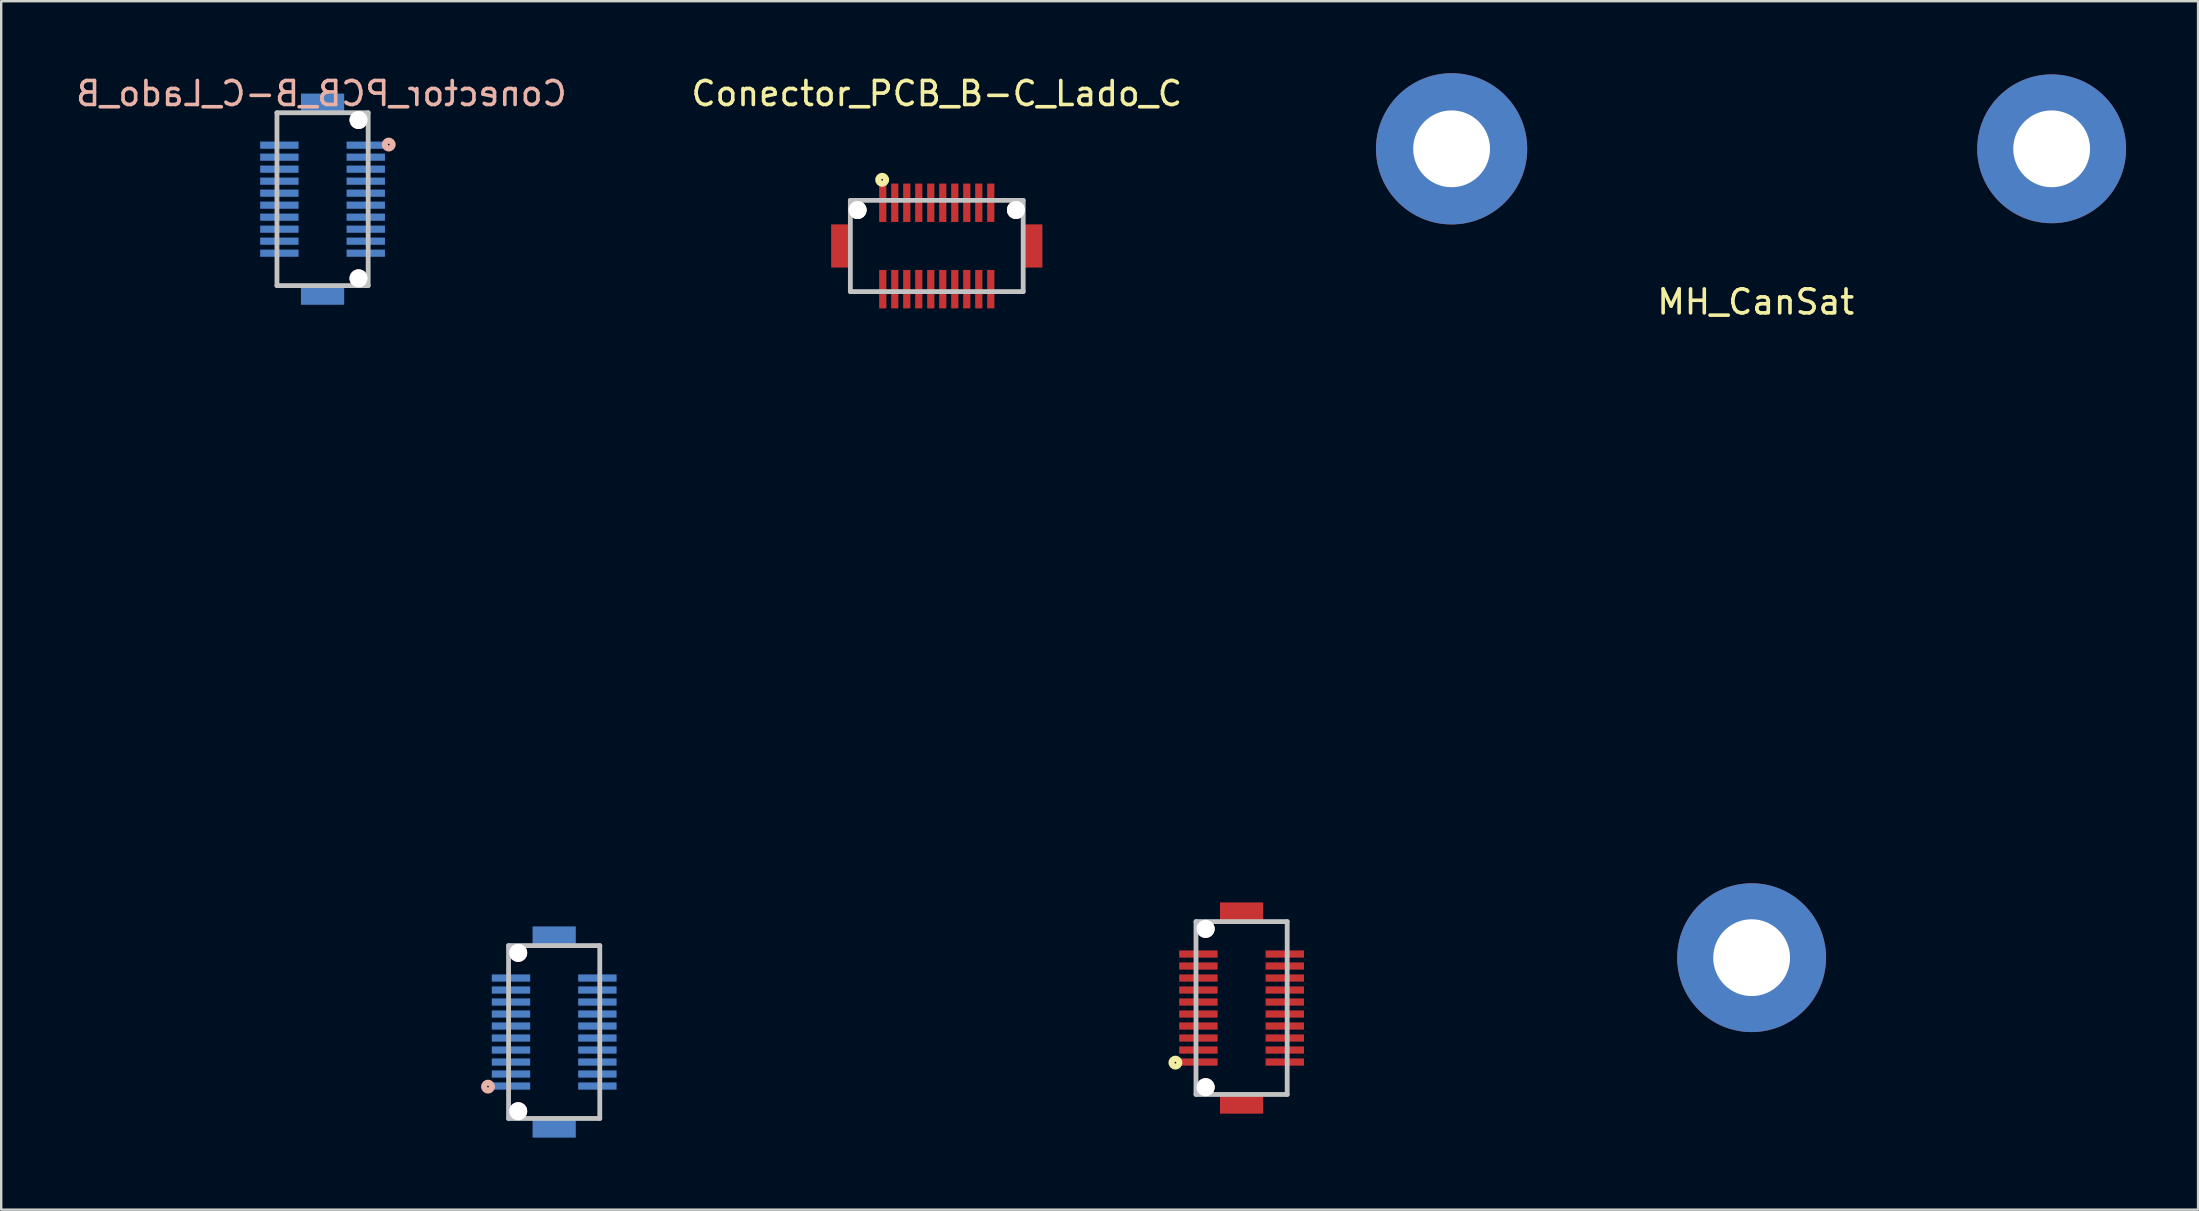
<source format=kicad_pcb>
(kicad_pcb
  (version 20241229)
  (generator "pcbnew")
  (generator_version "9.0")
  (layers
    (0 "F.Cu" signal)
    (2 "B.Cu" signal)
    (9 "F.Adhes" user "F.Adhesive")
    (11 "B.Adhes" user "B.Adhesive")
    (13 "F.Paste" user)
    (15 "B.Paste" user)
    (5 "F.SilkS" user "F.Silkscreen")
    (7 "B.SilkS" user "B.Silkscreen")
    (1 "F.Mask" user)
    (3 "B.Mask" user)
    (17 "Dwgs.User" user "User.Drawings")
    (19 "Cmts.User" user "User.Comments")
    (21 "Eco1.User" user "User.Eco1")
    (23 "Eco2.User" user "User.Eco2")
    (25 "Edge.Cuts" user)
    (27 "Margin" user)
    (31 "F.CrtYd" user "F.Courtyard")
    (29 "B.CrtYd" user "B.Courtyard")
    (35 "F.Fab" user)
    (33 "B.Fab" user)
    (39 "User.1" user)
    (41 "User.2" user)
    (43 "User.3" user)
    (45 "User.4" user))
  (footprint "MH_CanSat"
    (layer "F.Cu")
    (at 69.929 16.65)
    (property "Reference" "MH_CanSat" (at 0.17 -7.12 0) (layer "F.SilkS") (effects (font (size 1 1) (thickness 0.15))))
    (attr through_hole)
    (pad "1" thru_hole circle (at -12.5 -13.5) (size 6.3 6.3) (drill 3.2) (layers "*.Cu" "*.Mask"))
    (pad "2" thru_hole circle (at 12.5 -13.5) (size 6.2 6.2) (drill 3.2) (layers "*.Cu" "*.Mask"))
    (pad "3" thru_hole circle (at 0 20.2) (size 6.2 6.2) (drill 3.2) (layers "*.Cu" "*.Mask")))
  (footprint "Conector_PCB_B-C_Lado_B"
    (layer "F.Cu")
    (at 10.339 27.248)
    (property "Reference" "Conector_PCB_B-C_Lado_B" (at 0 -26.4 0) (layer "B.SilkS") (effects (font (size 1 1) (thickness 0.15)) (justify mirror)))
    (attr through_hole)
    (fp_line (start -1.85 -25.6) (end -1.15 -25.6) (stroke (width 0.1) (type solid)) (layer "B.SilkS"))
    (fp_line (start -1.85 -24.7) (end -1.85 -25.6) (stroke (width 0.1) (type solid)) (layer "B.SilkS"))
    (fp_line (start -1.85 -19.3) (end -1.85 -18.4) (stroke (width 0.1) (type solid)) (layer "B.SilkS"))
    (fp_line (start -1.85 -18.4) (end -1.15 -18.4) (stroke (width 0.1) (type solid)) (layer "B.SilkS"))
    (fp_line (start 11.6 9.1) (end 10.9 9.1) (stroke (width 0.1) (type solid)) (layer "B.SilkS"))
    (fp_line (start 11.6 10) (end 11.6 9.1) (stroke (width 0.1) (type solid)) (layer "B.SilkS"))
    (fp_line (start 11.6 15.4) (end 11.6 16.3) (stroke (width 0.1) (type solid)) (layer "B.SilkS"))
    (fp_line (start 11.6 16.3) (end 10.9 16.3) (stroke (width 0.1) (type solid)) (layer "B.SilkS"))
    (fp_circle (center 2.807 -24.275) (end 2.807 -24.24) (stroke (width 0.254) (type solid)) (fill no) (layer "B.SilkS"))
    (fp_circle (center 6.943 14.975) (end 6.978 14.975) (stroke (width 0.254) (type solid)) (fill no) (layer "B.SilkS"))
    (fp_line (start -1.85 -25.6) (end 1.95 -25.6) (stroke (width 0.2) (type solid)) (layer "Dwgs.User"))
    (fp_line (start -1.85 -18.4) (end -1.85 -25.6) (stroke (width 0.2) (type solid)) (layer "Dwgs.User"))
    (fp_line (start 1.95 -25.6) (end 1.95 -18.4) (stroke (width 0.2) (type solid)) (layer "Dwgs.User"))
    (fp_line (start 1.95 -18.4) (end -1.85 -18.4) (stroke (width 0.2) (type solid)) (layer "Dwgs.User"))
    (fp_line (start 7.8 9.1) (end 11.6 9.1) (stroke (width 0.2) (type solid)) (layer "Dwgs.User"))
    (fp_line (start 7.8 16.3) (end 7.8 9.1) (stroke (width 0.2) (type solid)) (layer "Dwgs.User"))
    (fp_line (start 11.6 9.1) (end 11.6 16.3) (stroke (width 0.2) (type solid)) (layer "Dwgs.User"))
    (fp_line (start 11.6 16.3) (end 7.8 16.3) (stroke (width 0.2) (type solid)) (layer "Dwgs.User"))
    (pad "1" smd rect (at 1.85 -24.25 270) (size 0.3 1.6) (layers "B.Cu" "B.Mask" "B.Paste"))
    (pad "2" smd rect (at 1.85 -23.75 270) (size 0.3 1.6) (layers "B.Cu" "B.Mask" "B.Paste"))
    (pad "3" smd rect (at 1.85 -23.25 270) (size 0.3 1.6) (layers "B.Cu" "B.Mask" "B.Paste"))
    (pad "4" smd rect (at 1.85 -22.75 270) (size 0.3 1.6) (layers "B.Cu" "B.Mask" "B.Paste"))
    (pad "5" smd rect (at 1.85 -22.25 270) (size 0.3 1.6) (layers "B.Cu" "B.Mask" "B.Paste"))
    (pad "6" smd rect (at 1.85 -21.75 270) (size 0.3 1.6) (layers "B.Cu" "B.Mask" "B.Paste"))
    (pad "7" smd rect (at 1.85 -21.25 270) (size 0.3 1.6) (layers "B.Cu" "B.Mask" "B.Paste"))
    (pad "8" smd rect (at 1.85 -20.75 270) (size 0.3 1.6) (layers "B.Cu" "B.Mask" "B.Paste"))
    (pad "9" smd rect (at 1.85 -20.25 270) (size 0.3 1.6) (layers "B.Cu" "B.Mask" "B.Paste"))
    (pad "10" smd rect (at 1.85 -19.75 270) (size 0.3 1.6) (layers "B.Cu" "B.Mask" "B.Paste"))
    (pad "11" smd rect (at -1.75 -19.75 270) (size 0.3 1.6) (layers "B.Cu" "B.Mask" "B.Paste"))
    (pad "12" smd rect (at -1.75 -20.25 270) (size 0.3 1.6) (layers "B.Cu" "B.Mask" "B.Paste"))
    (pad "13" smd rect (at -1.75 -20.75 270) (size 0.3 1.6) (layers "B.Cu" "B.Mask" "B.Paste"))
    (pad "14" smd rect (at -1.75 -21.25 270) (size 0.3 1.6) (layers "B.Cu" "B.Mask" "B.Paste"))
    (pad "15" smd rect (at -1.75 -21.75 270) (size 0.3 1.6) (layers "B.Cu" "B.Mask" "B.Paste"))
    (pad "16" smd rect (at -1.75 -22.25 270) (size 0.3 1.6) (layers "B.Cu" "B.Mask" "B.Paste"))
    (pad "17" smd rect (at -1.75 -22.75 270) (size 0.3 1.6) (layers "B.Cu" "B.Mask" "B.Paste"))
    (pad "18" smd rect (at -1.75 -23.25 270) (size 0.3 1.6) (layers "B.Cu" "B.Mask" "B.Paste"))
    (pad "19" smd rect (at -1.75 -23.75 270) (size 0.3 1.6) (layers "B.Cu" "B.Mask" "B.Paste"))
    (pad "20" smd rect (at -1.75 -24.25 270) (size 0.3 1.6) (layers "B.Cu" "B.Mask" "B.Paste"))
    (pad "21" smd rect (at 7.9 14.95 90) (size 0.3 1.6) (layers "B.Cu" "B.Mask" "B.Paste"))
    (pad "22" smd rect (at 7.9 14.45 90) (size 0.3 1.6) (layers "B.Cu" "B.Mask" "B.Paste"))
    (pad "23" smd rect (at 7.9 13.95 90) (size 0.3 1.6) (layers "B.Cu" "B.Mask" "B.Paste"))
    (pad "24" smd rect (at 7.9 13.45 90) (size 0.3 1.6) (layers "B.Cu" "B.Mask" "B.Paste"))
    (pad "25" smd rect (at 7.9 12.95 90) (size 0.3 1.6) (layers "B.Cu" "B.Mask" "B.Paste"))
    (pad "26" smd rect (at 7.9 12.45 90) (size 0.3 1.6) (layers "B.Cu" "B.Mask" "B.Paste"))
    (pad "27" smd rect (at 7.9 11.95 90) (size 0.3 1.6) (layers "B.Cu" "B.Mask" "B.Paste"))
    (pad "28" smd rect (at 7.9 11.45 90) (size 0.3 1.6) (layers "B.Cu" "B.Mask" "B.Paste"))
    (pad "29" smd rect (at 7.9 10.95 90) (size 0.3 1.6) (layers "B.Cu" "B.Mask" "B.Paste"))
    (pad "30" smd rect (at 7.9 10.45 90) (size 0.3 1.6) (layers "B.Cu" "B.Mask" "B.Paste"))
    (pad "31" smd rect (at 11.5 10.45 90) (size 0.3 1.6) (layers "B.Cu" "B.Mask" "B.Paste"))
    (pad "32" smd rect (at 11.5 10.95 90) (size 0.3 1.6) (layers "B.Cu" "B.Mask" "B.Paste"))
    (pad "33" smd rect (at 11.5 11.45 90) (size 0.3 1.6) (layers "B.Cu" "B.Mask" "B.Paste"))
    (pad "34" smd rect (at 11.5 11.95 90) (size 0.3 1.6) (layers "B.Cu" "B.Mask" "B.Paste"))
    (pad "35" smd rect (at 11.5 12.45 90) (size 0.3 1.6) (layers "B.Cu" "B.Mask" "B.Paste"))
    (pad "36" smd rect (at 11.5 12.95 90) (size 0.3 1.6) (layers "B.Cu" "B.Mask" "B.Paste"))
    (pad "37" smd rect (at 11.5 13.45 90) (size 0.3 1.6) (layers "B.Cu" "B.Mask" "B.Paste"))
    (pad "38" smd rect (at 11.5 13.95 90) (size 0.3 1.6) (layers "B.Cu" "B.Mask" "B.Paste"))
    (pad "39" smd rect (at 11.5 14.45 90) (size 0.3 1.6) (layers "B.Cu" "B.Mask" "B.Paste"))
    (pad "40" smd rect (at 11.5 14.95 90) (size 0.3 1.6) (layers "B.Cu" "B.Mask" "B.Paste"))
    (pad "41" smd rect (at 0.05 -26 270) (size 0.8 1.8) (layers "B.Cu" "B.Mask" "B.Paste"))
    (pad "42" smd rect (at 0.05 -18 270) (size 0.8 1.8) (layers "B.Cu" "B.Mask" "B.Paste"))
    (pad "43" smd rect (at 9.7 16.7 90) (size 0.8 1.8) (layers "B.Cu" "B.Mask" "B.Paste"))
    (pad "44" smd rect (at 9.7 8.7 90) (size 0.8 1.8) (layers "B.Cu" "B.Mask" "B.Paste"))
    (pad "45" thru_hole circle (at 1.55 -25.3) (size 0.75 0.75) (drill 0.75) (layers "*.Cu" "*.Mask" "B.SilkS"))
    (pad "46" thru_hole circle (at 1.55 -18.7) (size 0.75 0.75) (drill 0.75) (layers "*.Cu" "*.Mask" "B.SilkS"))
    (pad "47" thru_hole circle (at 8.2 16 180) (size 0.75 0.75) (drill 0.75) (layers "*.Cu" "*.Mask" "B.SilkS"))
    (pad "48" thru_hole circle (at 8.2 9.4 180) (size 0.75 0.75) (drill 0.75) (layers "*.Cu" "*.Mask" "B.SilkS")))
  (footprint "Conector_PCB_B-C_Lado_C"
    (layer "F.Cu")
    (at 35.979 26.248)
    (property "Reference" "Conector_PCB_B-C_Lado_C" (at 0 -25.4 0) (layer "F.SilkS") (effects (font (size 1 1) (thickness 0.15))))
    (attr through_hole)
    (fp_line (start -3.6 -17.15) (end -3.6 -17.85) (stroke (width 0.1) (type solid)) (layer "F.SilkS"))
    (fp_line (start -2.7 -17.15) (end -3.6 -17.15) (stroke (width 0.1) (type solid)) (layer "F.SilkS"))
    (fp_line (start 2.7 -17.15) (end 3.6 -17.15) (stroke (width 0.1) (type solid)) (layer "F.SilkS"))
    (fp_line (start 3.6 -17.15) (end 3.6 -17.85) (stroke (width 0.1) (type solid)) (layer "F.SilkS"))
    (fp_line (start 14.6 9.1) (end 13.9 9.1) (stroke (width 0.1) (type solid)) (layer "F.SilkS"))
    (fp_line (start 14.6 10) (end 14.6 9.1) (stroke (width 0.1) (type solid)) (layer "F.SilkS"))
    (fp_line (start 14.6 15.4) (end 14.6 16.3) (stroke (width 0.1) (type solid)) (layer "F.SilkS"))
    (fp_line (start 14.6 16.3) (end 13.9 16.3) (stroke (width 0.1) (type solid)) (layer "F.SilkS"))
    (fp_circle (center -2.275 -21.807) (end -2.31 -21.807) (stroke (width 0.254) (type solid)) (fill no) (layer "F.SilkS"))
    (fp_circle (center 9.943 14.975) (end 9.943 15.01) (stroke (width 0.254) (type solid)) (fill no) (layer "F.SilkS"))
    (fp_line (start -3.6 -20.95) (end 3.6 -20.95) (stroke (width 0.2) (type solid)) (layer "Dwgs.User"))
    (fp_line (start -3.6 -17.15) (end -3.6 -20.95) (stroke (width 0.2) (type solid)) (layer "Dwgs.User"))
    (fp_line (start 3.6 -20.95) (end 3.6 -17.15) (stroke (width 0.2) (type solid)) (layer "Dwgs.User"))
    (fp_line (start 3.6 -17.15) (end -3.6 -17.15) (stroke (width 0.2) (type solid)) (layer "Dwgs.User"))
    (fp_line (start 10.8 9.1) (end 14.6 9.1) (stroke (width 0.2) (type solid)) (layer "Dwgs.User"))
    (fp_line (start 10.8 16.3) (end 10.8 9.1) (stroke (width 0.2) (type solid)) (layer "Dwgs.User"))
    (fp_line (start 14.6 9.1) (end 14.6 16.3) (stroke (width 0.2) (type solid)) (layer "Dwgs.User"))
    (fp_line (start 14.6 16.3) (end 10.8 16.3) (stroke (width 0.2) (type solid)) (layer "Dwgs.User"))
    (pad "1" smd rect (at -2.25 -20.85) (size 0.3 1.6) (layers "F.Cu" "F.Mask" "F.Paste"))
    (pad "2" smd rect (at -1.75 -20.85) (size 0.3 1.6) (layers "F.Cu" "F.Mask" "F.Paste"))
    (pad "3" smd rect (at -1.25 -20.85) (size 0.3 1.6) (layers "F.Cu" "F.Mask" "F.Paste"))
    (pad "4" smd rect (at -0.75 -20.85) (size 0.3 1.6) (layers "F.Cu" "F.Mask" "F.Paste"))
    (pad "5" smd rect (at -0.25 -20.85) (size 0.3 1.6) (layers "F.Cu" "F.Mask" "F.Paste"))
    (pad "6" smd rect (at 0.25 -20.85) (size 0.3 1.6) (layers "F.Cu" "F.Mask" "F.Paste"))
    (pad "7" smd rect (at 0.75 -20.85) (size 0.3 1.6) (layers "F.Cu" "F.Mask" "F.Paste"))
    (pad "8" smd rect (at 1.25 -20.85) (size 0.3 1.6) (layers "F.Cu" "F.Mask" "F.Paste"))
    (pad "9" smd rect (at 1.75 -20.85) (size 0.3 1.6) (layers "F.Cu" "F.Mask" "F.Paste"))
    (pad "10" smd rect (at 2.25 -20.85) (size 0.3 1.6) (layers "F.Cu" "F.Mask" "F.Paste"))
    (pad "11" smd rect (at 2.25 -17.25) (size 0.3 1.6) (layers "F.Cu" "F.Mask" "F.Paste"))
    (pad "12" smd rect (at 1.75 -17.25) (size 0.3 1.6) (layers "F.Cu" "F.Mask" "F.Paste"))
    (pad "13" smd rect (at 1.25 -17.25) (size 0.3 1.6) (layers "F.Cu" "F.Mask" "F.Paste"))
    (pad "14" smd rect (at 0.75 -17.25) (size 0.3 1.6) (layers "F.Cu" "F.Mask" "F.Paste"))
    (pad "15" smd rect (at 0.25 -17.25) (size 0.3 1.6) (layers "F.Cu" "F.Mask" "F.Paste"))
    (pad "16" smd rect (at -0.25 -17.25) (size 0.3 1.6) (layers "F.Cu" "F.Mask" "F.Paste"))
    (pad "17" smd rect (at -0.75 -17.25) (size 0.3 1.6) (layers "F.Cu" "F.Mask" "F.Paste"))
    (pad "18" smd rect (at -1.25 -17.25) (size 0.3 1.6) (layers "F.Cu" "F.Mask" "F.Paste"))
    (pad "19" smd rect (at -1.75 -17.25) (size 0.3 1.6) (layers "F.Cu" "F.Mask" "F.Paste"))
    (pad "20" smd rect (at -2.25 -17.25) (size 0.3 1.6) (layers "F.Cu" "F.Mask" "F.Paste"))
    (pad "21" smd rect (at 10.9 14.95 90) (size 0.3 1.6) (layers "F.Cu" "F.Mask" "F.Paste"))
    (pad "22" smd rect (at 10.9 14.45 90) (size 0.3 1.6) (layers "F.Cu" "F.Mask" "F.Paste"))
    (pad "23" smd rect (at 10.9 13.95 90) (size 0.3 1.6) (layers "F.Cu" "F.Mask" "F.Paste"))
    (pad "24" smd rect (at 10.9 13.45 90) (size 0.3 1.6) (layers "F.Cu" "F.Mask" "F.Paste"))
    (pad "25" smd rect (at 10.9 12.95 90) (size 0.3 1.6) (layers "F.Cu" "F.Mask" "F.Paste"))
    (pad "26" smd rect (at 10.9 12.45 90) (size 0.3 1.6) (layers "F.Cu" "F.Mask" "F.Paste"))
    (pad "27" smd rect (at 10.9 11.95 90) (size 0.3 1.6) (layers "F.Cu" "F.Mask" "F.Paste"))
    (pad "28" smd rect (at 10.9 11.45 90) (size 0.3 1.6) (layers "F.Cu" "F.Mask" "F.Paste"))
    (pad "29" smd rect (at 10.9 10.95 90) (size 0.3 1.6) (layers "F.Cu" "F.Mask" "F.Paste"))
    (pad "30" smd rect (at 10.9 10.45 90) (size 0.3 1.6) (layers "F.Cu" "F.Mask" "F.Paste"))
    (pad "31" smd rect (at 14.5 10.45 90) (size 0.3 1.6) (layers "F.Cu" "F.Mask" "F.Paste"))
    (pad "32" smd rect (at 14.5 10.95 90) (size 0.3 1.6) (layers "F.Cu" "F.Mask" "F.Paste"))
    (pad "33" smd rect (at 14.5 11.45 90) (size 0.3 1.6) (layers "F.Cu" "F.Mask" "F.Paste"))
    (pad "34" smd rect (at 14.5 11.95 90) (size 0.3 1.6) (layers "F.Cu" "F.Mask" "F.Paste"))
    (pad "35" smd rect (at 14.5 12.45 90) (size 0.3 1.6) (layers "F.Cu" "F.Mask" "F.Paste"))
    (pad "36" smd rect (at 14.5 12.95 90) (size 0.3 1.6) (layers "F.Cu" "F.Mask" "F.Paste"))
    (pad "37" smd rect (at 14.5 13.45 90) (size 0.3 1.6) (layers "F.Cu" "F.Mask" "F.Paste"))
    (pad "38" smd rect (at 14.5 13.95 90) (size 0.3 1.6) (layers "F.Cu" "F.Mask" "F.Paste"))
    (pad "39" smd rect (at 14.5 14.45 90) (size 0.3 1.6) (layers "F.Cu" "F.Mask" "F.Paste"))
    (pad "40" smd rect (at 14.5 14.95 90) (size 0.3 1.6) (layers "F.Cu" "F.Mask" "F.Paste"))
    (pad "41" smd rect (at -4 -19.05) (size 0.8 1.8) (layers "F.Cu" "F.Mask" "F.Paste"))
    (pad "42" smd rect (at 4 -19.05) (size 0.8 1.8) (layers "F.Cu" "F.Mask" "F.Paste"))
    (pad "43" smd rect (at 12.7 16.7 90) (size 0.8 1.8) (layers "F.Cu" "F.Mask" "F.Paste"))
    (pad "44" smd rect (at 12.7 8.7 90) (size 0.8 1.8) (layers "F.Cu" "F.Mask" "F.Paste"))
    (pad "45" thru_hole circle (at -3.3 -20.55 90) (size 0.75 0.75) (drill 0.75) (layers "*.Cu" "*.Mask" "F.SilkS"))
    (pad "46" thru_hole circle (at 3.3 -20.55 90) (size 0.75 0.75) (drill 0.75) (layers "*.Cu" "*.Mask" "F.SilkS"))
    (pad "47" thru_hole circle (at 11.2 16 180) (size 0.75 0.75) (drill 0.75) (layers "*.Cu" "*.Mask" "F.SilkS"))
    (pad "48" thru_hole circle (at 11.2 9.4 180) (size 0.75 0.75) (drill 0.75) (layers "*.Cu" "*.Mask" "F.SilkS")))
  (gr_rect
    (start -3 -3)
    (end 88.529 47.348)
    (stroke (width 0.1) (type default))
    (fill no)
    (layer "Edge.Cuts")))
</source>
